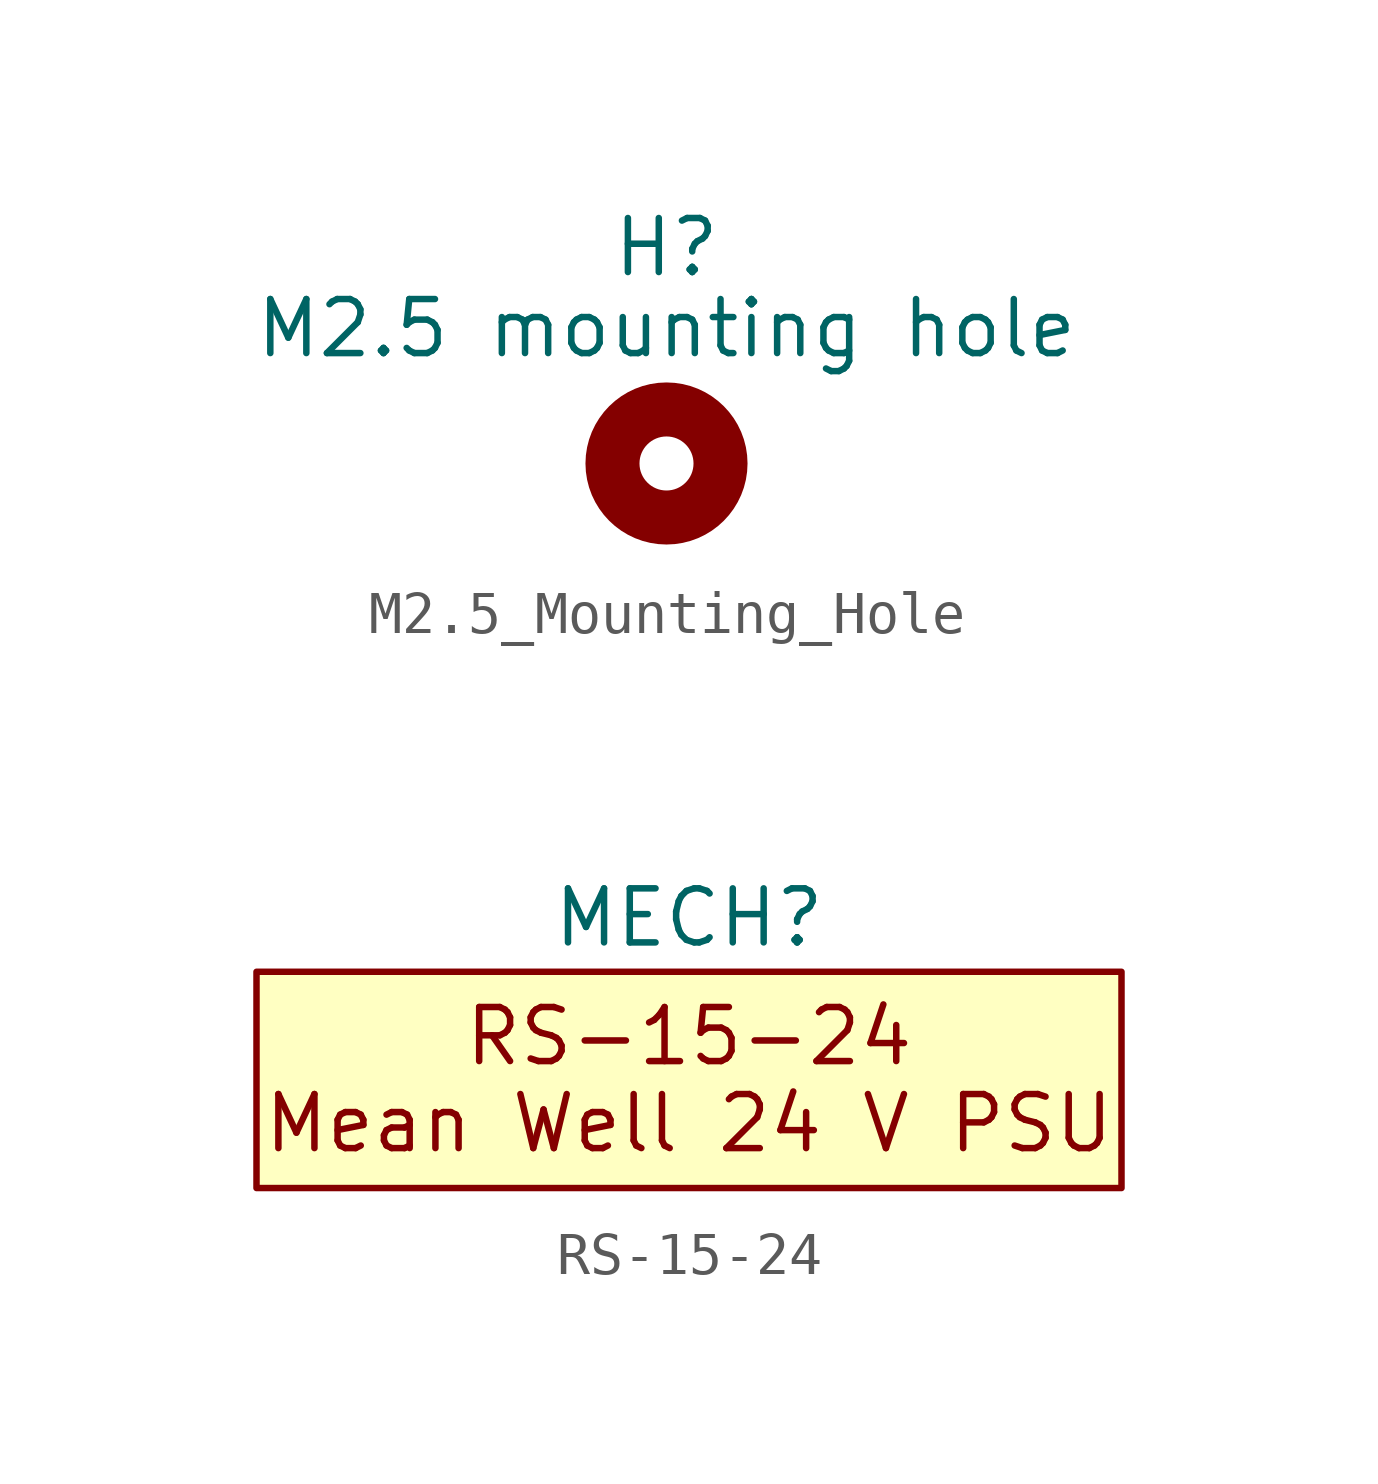
<source format=kicad_sym>
(kicad_symbol_lib
  (version 20241209)
  (generator "kicad_symbol_editor")
  (generator_version "9.0")
  (symbol "M2.5_Mounting_Hole"
    (pin_names
      (offset 1.016))
    (property "Reference" "H"
      (at 0 5.08 0)
      (effects (font (size 1.27 1.27))))
    (property "Value" "M2.5 mounting hole"
      (at 0 3.175 0)
      (effects (font (size 1.27 1.27))))
    (symbol "M2.5_Mounting_Hole_0_1"
      (circle (center 0 0) (radius 1.27) (stroke (width 1.27) (type default)) (fill (type none)))))
  (symbol "RS-15-24"
    (property "Reference" "MECH"
      (at 0 3.81 0)
      (effects (font (size 1.27 1.27))))
    (symbol "RS-15-24_1_1"
      (rectangle (start -10.16 2.54) (end 10.16 -2.54) (stroke (width 0) (type default)) (fill (type background)))
      (text "RS-15-24\nMean Well 24 V PSU" (at 0 0 0) (effects (font (size 1.27 1.27)))))))
</source>
